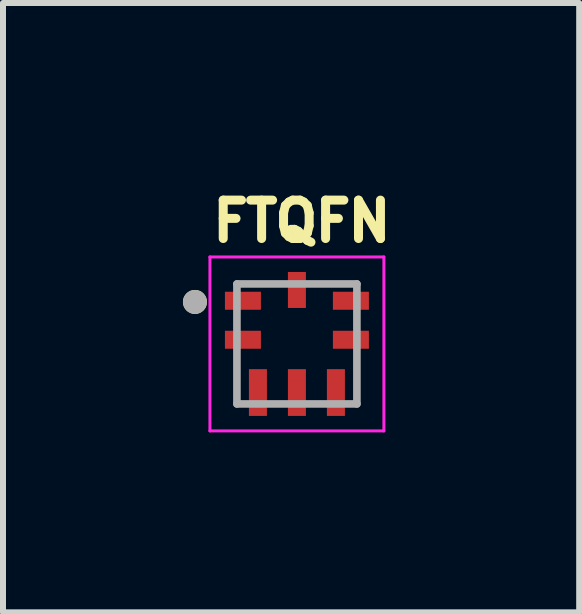
<source format=kicad_pcb>
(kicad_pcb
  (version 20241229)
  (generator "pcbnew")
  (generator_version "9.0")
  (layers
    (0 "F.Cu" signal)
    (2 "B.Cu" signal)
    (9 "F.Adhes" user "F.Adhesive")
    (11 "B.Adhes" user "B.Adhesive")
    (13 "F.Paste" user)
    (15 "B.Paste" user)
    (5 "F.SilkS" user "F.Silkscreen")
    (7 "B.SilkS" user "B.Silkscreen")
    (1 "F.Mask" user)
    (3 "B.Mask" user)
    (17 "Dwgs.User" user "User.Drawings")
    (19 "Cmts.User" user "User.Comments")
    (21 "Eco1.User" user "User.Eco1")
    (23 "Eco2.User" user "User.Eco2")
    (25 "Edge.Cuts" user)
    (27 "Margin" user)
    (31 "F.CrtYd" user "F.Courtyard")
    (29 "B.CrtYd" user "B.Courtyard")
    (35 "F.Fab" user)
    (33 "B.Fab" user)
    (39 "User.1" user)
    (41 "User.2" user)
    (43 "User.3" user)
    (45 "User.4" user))
  (footprint "FTQFN"
    (layer "F.Cu")
    (at 1.9 2.684)
    (property "Reference" "FTQFN" (at 0.082 -2.046 0) (layer "F.SilkS") (effects (font (size 0.64 0.64) (thickness 0.15))))
    (attr through_hole)
    (fp_circle (center -1.7 -0.7) (end -1.6 -0.7) (stroke (width 0.2) (type solid)) (fill no) (layer "F.SilkS"))
    (fp_poly (pts (xy -1.15 -0.87) (xy -0.6 -0.87) (xy -0.6 -0.57) (xy -1.15 -0.57)) (stroke (width 0.01) (type solid)) (fill yes) (layer "F.Paste"))
    (fp_poly (pts (xy -1.15 -0.22) (xy -0.6 -0.22) (xy -0.6 0.08) (xy -1.15 0.08)) (stroke (width 0.01) (type solid)) (fill yes) (layer "F.Paste"))
    (fp_poly (pts (xy -0.8 0.42) (xy -0.5 0.42) (xy -0.5 1.15) (xy -0.8 1.15)) (stroke (width 0.01) (type solid)) (fill yes) (layer "F.Paste"))
    (fp_poly (pts (xy -0.15 -1.15) (xy 0.15 -1.15) (xy 0.15 -0.6) (xy -0.15 -0.6)) (stroke (width 0.01) (type solid)) (fill yes) (layer "F.Paste"))
    (fp_poly (pts (xy -0.15 0.42) (xy 0.15 0.42) (xy 0.15 1.15) (xy -0.15 1.15)) (stroke (width 0.01) (type solid)) (fill yes) (layer "F.Paste"))
    (fp_poly (pts (xy 0.5 0.42) (xy 0.8 0.42) (xy 0.8 1.15) (xy 0.5 1.15)) (stroke (width 0.01) (type solid)) (fill yes) (layer "F.Paste"))
    (fp_poly (pts (xy 0.6 -0.87) (xy 1.15 -0.87) (xy 1.15 -0.57) (xy 0.6 -0.57)) (stroke (width 0.01) (type solid)) (fill yes) (layer "F.Paste"))
    (fp_poly (pts (xy 0.6 -0.22) (xy 1.15 -0.22) (xy 1.15 0.08) (xy 0.6 0.08)) (stroke (width 0.01) (type solid)) (fill yes) (layer "F.Paste"))
    (fp_line (start -1.45 -1.45) (end 1.45 -1.45) (stroke (width 0.05) (type solid)) (layer "F.CrtYd"))
    (fp_line (start -1.45 1.45) (end -1.45 -1.45) (stroke (width 0.05) (type solid)) (layer "F.CrtYd"))
    (fp_line (start 1.45 -1.45) (end 1.45 1.45) (stroke (width 0.05) (type solid)) (layer "F.CrtYd"))
    (fp_line (start 1.45 1.45) (end -1.45 1.45) (stroke (width 0.05) (type solid)) (layer "F.CrtYd"))
    (fp_line (start -1 -1) (end -1 1) (stroke (width 0.127) (type solid)) (layer "F.Fab"))
    (fp_line (start -1 1) (end 1 1) (stroke (width 0.127) (type solid)) (layer "F.Fab"))
    (fp_line (start 1 -1) (end -1 -1) (stroke (width 0.127) (type solid)) (layer "F.Fab"))
    (fp_line (start 1 1) (end 1 -1) (stroke (width 0.127) (type solid)) (layer "F.Fab"))
    (fp_circle (center -1.7 -0.7) (end -1.6 -0.7) (stroke (width 0.2) (type solid)) (fill no) (layer "F.Fab"))
    (pad "1" smd rect (at -0.9 -0.72 90) (size 0.3 0.6) (layers "F.Cu" "F.Mask"))
    (pad "2" smd rect (at -0.9 -0.07 90) (size 0.3 0.6) (layers "F.Cu" "F.Mask"))
    (pad "3" smd rect (at -0.65 0.81) (size 0.3 0.78) (layers "F.Cu" "F.Mask"))
    (pad "4" smd rect (at 0 0.81) (size 0.3 0.78) (layers "F.Cu" "F.Mask"))
    (pad "5" smd rect (at 0.65 0.81) (size 0.3 0.78) (layers "F.Cu" "F.Mask"))
    (pad "6" smd rect (at 0.9 -0.07 90) (size 0.3 0.6) (layers "F.Cu" "F.Mask"))
    (pad "7" smd rect (at 0.9 -0.72 90) (size 0.3 0.6) (layers "F.Cu" "F.Mask"))
    (pad "8" smd rect (at 0 -0.9) (size 0.3 0.6) (layers "F.Cu" "F.Mask")))
  (gr_rect
    (start -3 -3)
    (end 6.606 7.159)
    (stroke (width 0.1) (type default))
    (fill no)
    (layer "Edge.Cuts")))
</source>
